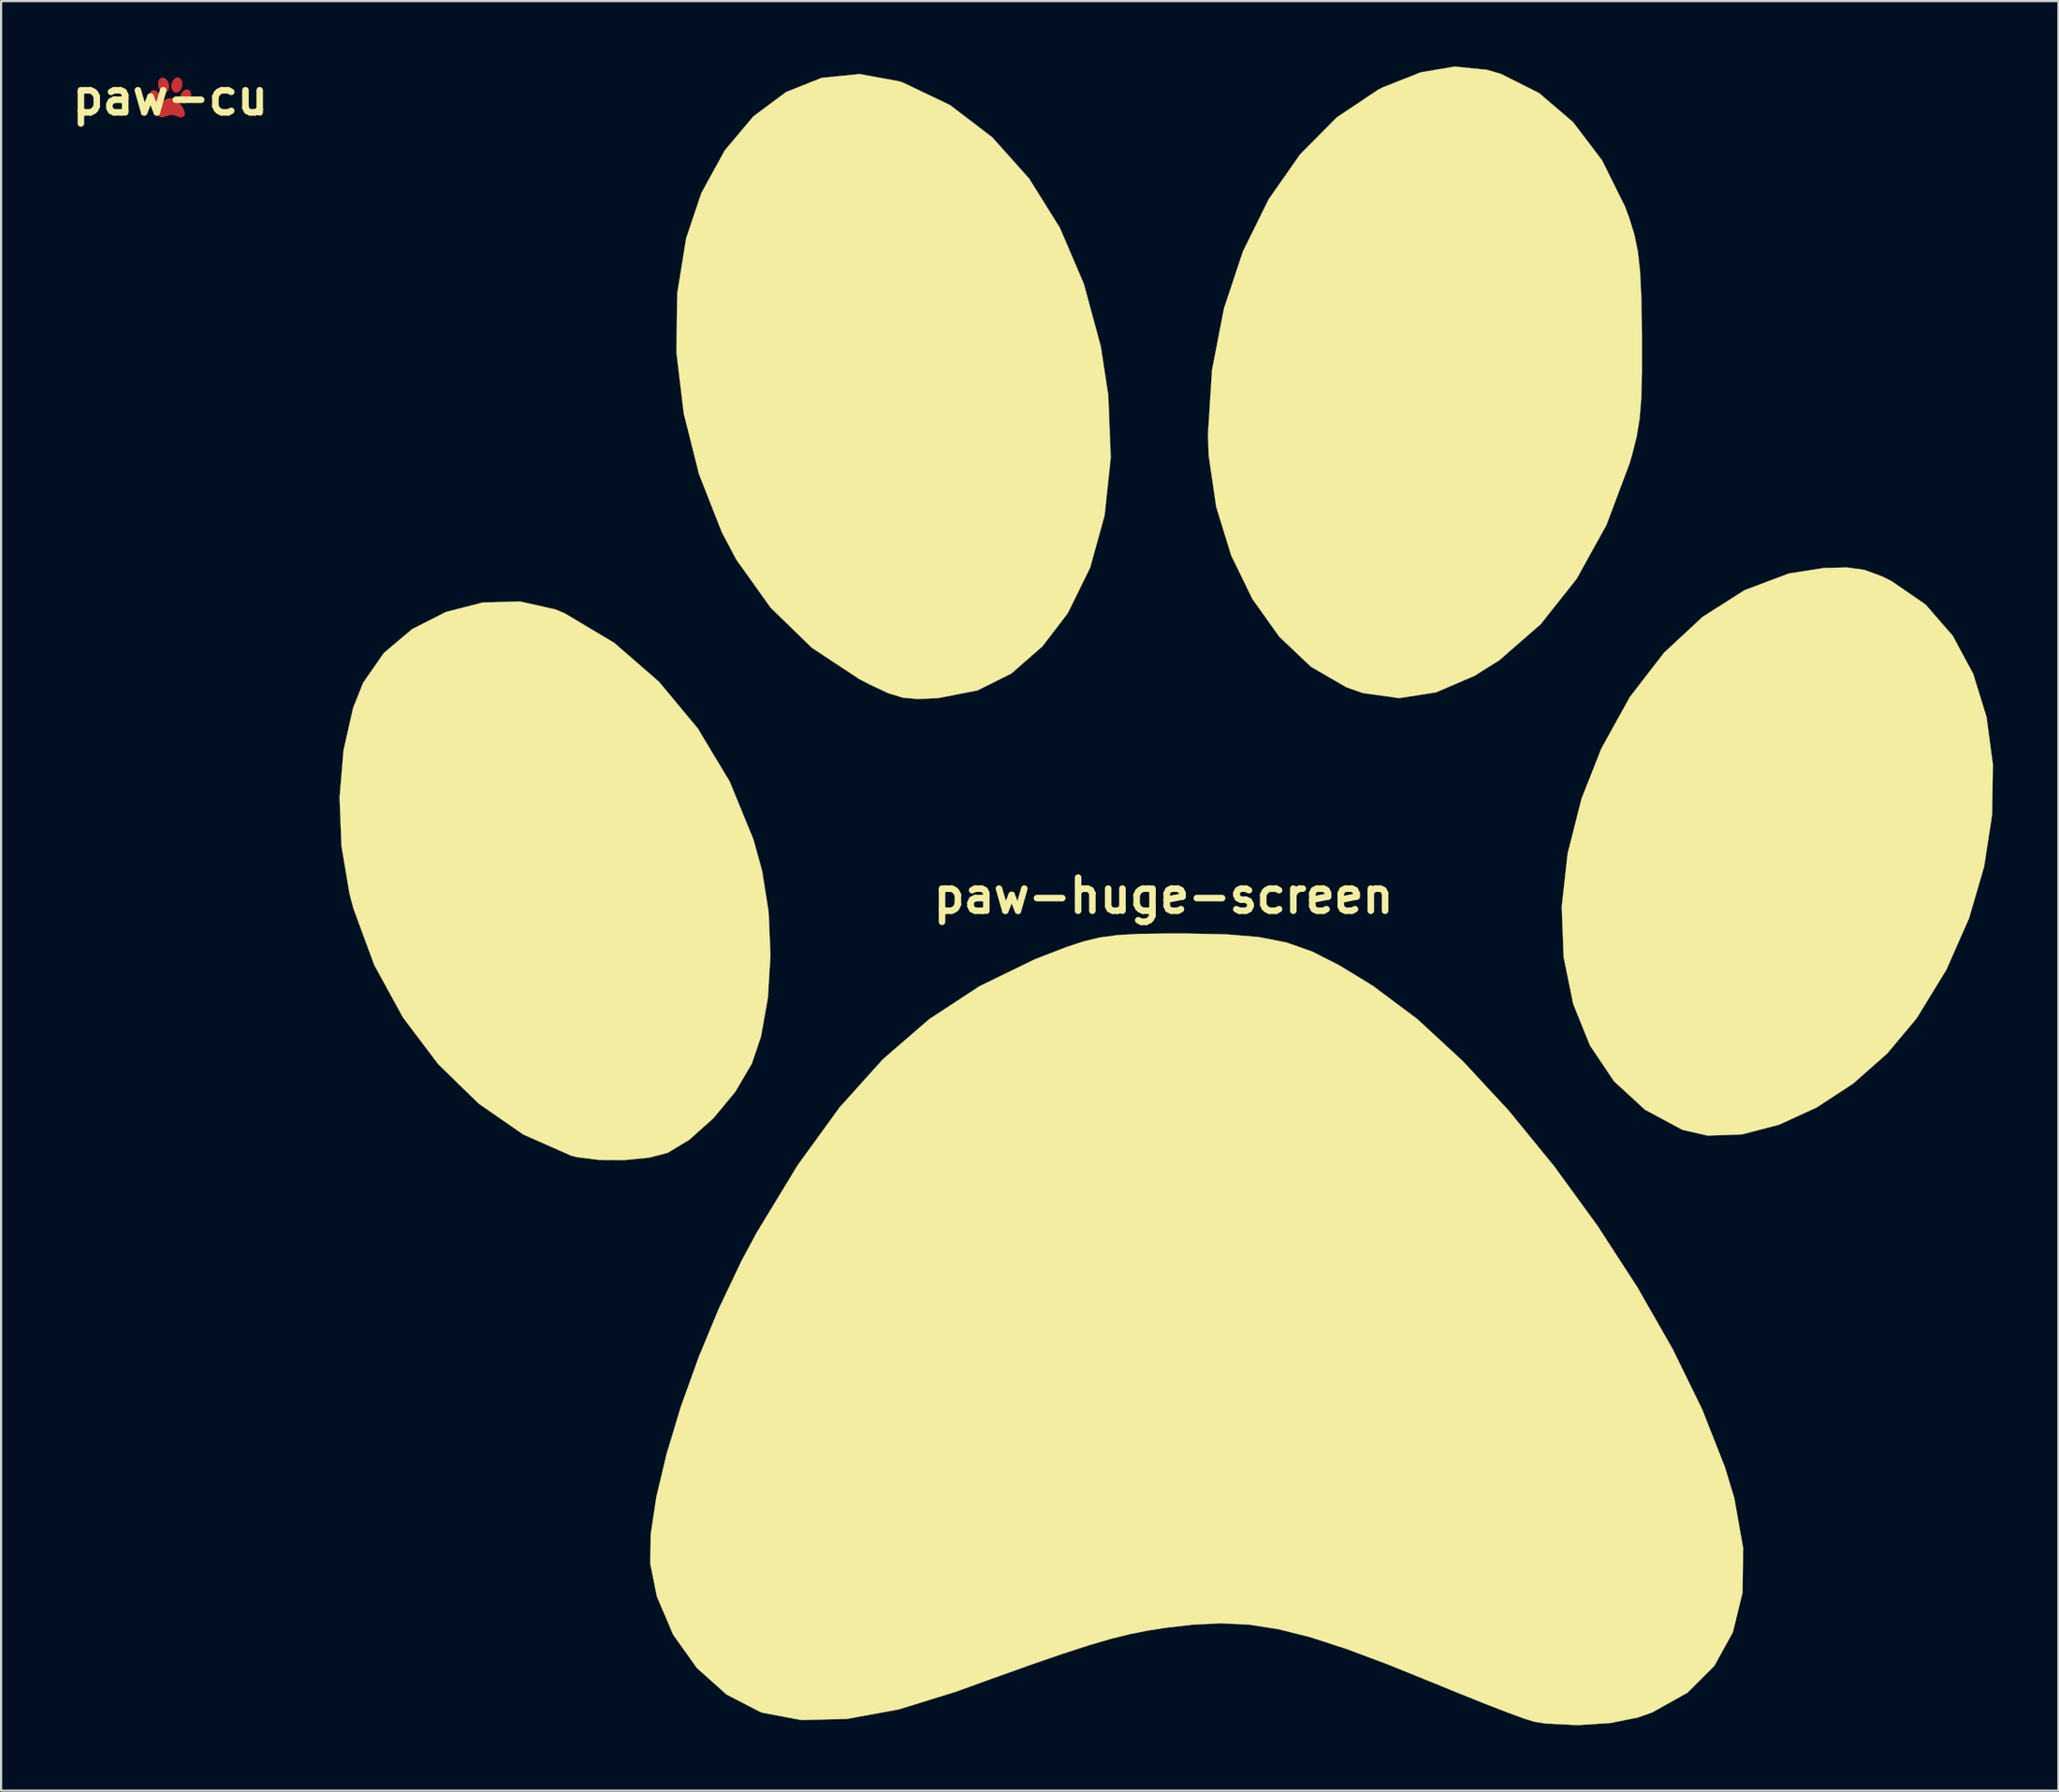
<source format=kicad_pcb>
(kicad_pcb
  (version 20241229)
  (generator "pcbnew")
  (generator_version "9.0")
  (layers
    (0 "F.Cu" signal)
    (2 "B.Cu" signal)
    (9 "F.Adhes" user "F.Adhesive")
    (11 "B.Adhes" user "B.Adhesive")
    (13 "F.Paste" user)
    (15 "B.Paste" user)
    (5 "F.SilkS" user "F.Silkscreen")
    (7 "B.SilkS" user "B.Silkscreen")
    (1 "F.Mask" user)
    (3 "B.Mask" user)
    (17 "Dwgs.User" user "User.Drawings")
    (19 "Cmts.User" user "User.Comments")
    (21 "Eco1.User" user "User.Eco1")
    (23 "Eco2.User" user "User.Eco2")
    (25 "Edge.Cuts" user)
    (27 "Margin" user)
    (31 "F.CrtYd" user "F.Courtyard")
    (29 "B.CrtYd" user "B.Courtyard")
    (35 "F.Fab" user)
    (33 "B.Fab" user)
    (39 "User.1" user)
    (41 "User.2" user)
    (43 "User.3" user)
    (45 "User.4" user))
  (footprint "paw-cu"
    (layer "F.Cu")
    (at 4.761 1.418)
    (property "Reference" "paw-cu" (at 0 0 0) (layer "F.SilkS") (effects (font (size 1.524 1.524) (thickness 0.3))))
    (attr through_hole)
    (fp_poly (pts (xy 0.804 -0.359) (xy 0.823 -0.352) (xy 0.835 -0.347) (xy 0.874 -0.321) (xy 0.905 -0.286) (xy 0.928 -0.244) (xy 0.944 -0.197) (xy 0.951 -0.145) (xy 0.95 -0.089) (xy 0.941 -0.032) (xy 0.923 0.025) (xy 0.898 0.081) (xy 0.864 0.135) (xy 0.83 0.174) (xy 0.791 0.207) (xy 0.749 0.233) (xy 0.706 0.252) (xy 0.663 0.263) (xy 0.624 0.264) (xy 0.595 0.258) (xy 0.552 0.236) (xy 0.517 0.204) (xy 0.489 0.165) (xy 0.47 0.119) (xy 0.459 0.068) (xy 0.457 0.012) (xy 0.463 -0.047) (xy 0.479 -0.107) (xy 0.502 -0.162) (xy 0.535 -0.219) (xy 0.574 -0.268) (xy 0.618 -0.307) (xy 0.666 -0.336) (xy 0.717 -0.355) (xy 0.757 -0.361) (xy 0.784 -0.361) (xy 0.804 -0.359)) (stroke (width 0.01) (type solid)) (fill yes) (layer "F.Cu"))
    (fp_poly (pts (xy -0.303 -0.897) (xy -0.299 -0.895) (xy -0.245 -0.871) (xy -0.196 -0.835) (xy -0.154 -0.79) (xy -0.119 -0.736) (xy -0.091 -0.674) (xy -0.072 -0.605) (xy -0.063 -0.551) (xy -0.061 -0.483) (xy -0.068 -0.419) (xy -0.084 -0.361) (xy -0.11 -0.311) (xy -0.139 -0.275) (xy -0.175 -0.245) (xy -0.213 -0.226) (xy -0.258 -0.218) (xy -0.26 -0.218) (xy -0.282 -0.217) (xy -0.299 -0.218) (xy -0.316 -0.223) (xy -0.337 -0.233) (xy -0.349 -0.239) (xy -0.403 -0.273) (xy -0.451 -0.317) (xy -0.49 -0.37) (xy -0.506 -0.4) (xy -0.533 -0.464) (xy -0.55 -0.531) (xy -0.558 -0.598) (xy -0.558 -0.663) (xy -0.547 -0.724) (xy -0.53 -0.774) (xy -0.503 -0.821) (xy -0.47 -0.858) (xy -0.433 -0.885) (xy -0.392 -0.901) (xy -0.348 -0.905) (xy -0.303 -0.897)) (stroke (width 0.01) (type solid)) (fill yes) (layer "F.Cu"))
    (fp_poly (pts (xy -0.697 -0.315) (xy -0.686 -0.311) (xy -0.63 -0.278) (xy -0.579 -0.236) (xy -0.534 -0.184) (xy -0.497 -0.126) (xy -0.47 -0.062) (xy -0.46 -0.027) (xy -0.453 0.018) (xy -0.451 0.066) (xy -0.454 0.113) (xy -0.462 0.155) (xy -0.472 0.185) (xy -0.491 0.216) (xy -0.516 0.245) (xy -0.544 0.269) (xy -0.569 0.283) (xy -0.59 0.288) (xy -0.618 0.291) (xy -0.648 0.291) (xy -0.673 0.288) (xy -0.679 0.286) (xy -0.734 0.263) (xy -0.785 0.229) (xy -0.832 0.185) (xy -0.872 0.134) (xy -0.905 0.076) (xy -0.929 0.014) (xy -0.933 -0.003) (xy -0.943 -0.055) (xy -0.945 -0.108) (xy -0.94 -0.16) (xy -0.929 -0.207) (xy -0.918 -0.235) (xy -0.894 -0.267) (xy -0.862 -0.294) (xy -0.823 -0.312) (xy -0.781 -0.323) (xy -0.738 -0.324) (xy -0.697 -0.315)) (stroke (width 0.01) (type solid)) (fill yes) (layer "F.Cu"))
    (fp_poly (pts (xy 0.371 -0.909) (xy 0.387 -0.905) (xy 0.431 -0.884) (xy 0.47 -0.852) (xy 0.503 -0.81) (xy 0.529 -0.759) (xy 0.534 -0.746) (xy 0.54 -0.728) (xy 0.544 -0.71) (xy 0.546 -0.688) (xy 0.548 -0.659) (xy 0.548 -0.621) (xy 0.549 -0.616) (xy 0.549 -0.577) (xy 0.548 -0.548) (xy 0.546 -0.525) (xy 0.542 -0.505) (xy 0.537 -0.485) (xy 0.534 -0.476) (xy 0.508 -0.408) (xy 0.474 -0.349) (xy 0.432 -0.299) (xy 0.385 -0.259) (xy 0.357 -0.242) (xy 0.312 -0.224) (xy 0.27 -0.218) (xy 0.229 -0.223) (xy 0.21 -0.23) (xy 0.169 -0.252) (xy 0.133 -0.285) (xy 0.102 -0.327) (xy 0.077 -0.375) (xy 0.06 -0.428) (xy 0.052 -0.485) (xy 0.051 -0.508) (xy 0.056 -0.579) (xy 0.069 -0.647) (xy 0.091 -0.71) (xy 0.121 -0.767) (xy 0.157 -0.817) (xy 0.199 -0.857) (xy 0.246 -0.888) (xy 0.251 -0.89) (xy 0.295 -0.907) (xy 0.334 -0.913) (xy 0.371 -0.909)) (stroke (width 0.01) (type solid)) (fill yes) (layer "F.Cu"))
    (fp_poly (pts (xy 0.025 0.042) (xy 0.072 0.043) (xy 0.109 0.045) (xy 0.141 0.052) (xy 0.17 0.061) (xy 0.201 0.076) (xy 0.236 0.097) (xy 0.241 0.1) (xy 0.291 0.136) (xy 0.343 0.182) (xy 0.396 0.237) (xy 0.448 0.298) (xy 0.497 0.363) (xy 0.543 0.431) (xy 0.584 0.499) (xy 0.618 0.566) (xy 0.644 0.629) (xy 0.654 0.663) (xy 0.665 0.718) (xy 0.664 0.767) (xy 0.653 0.811) (xy 0.632 0.848) (xy 0.601 0.878) (xy 0.56 0.899) (xy 0.544 0.905) (xy 0.512 0.911) (xy 0.475 0.913) (xy 0.438 0.912) (xy 0.426 0.91) (xy 0.414 0.906) (xy 0.394 0.899) (xy 0.366 0.889) (xy 0.335 0.877) (xy 0.318 0.87) (xy 0.259 0.847) (xy 0.21 0.829) (xy 0.168 0.816) (xy 0.131 0.808) (xy 0.098 0.803) (xy 0.066 0.801) (xy 0.033 0.803) (xy 0.003 0.806) (xy -0.018 0.809) (xy -0.038 0.813) (xy -0.06 0.818) (xy -0.085 0.825) (xy -0.115 0.835) (xy -0.153 0.847) (xy -0.199 0.863) (xy -0.238 0.877) (xy -0.304 0.896) (xy -0.363 0.907) (xy -0.415 0.908) (xy -0.46 0.9) (xy -0.462 0.899) (xy -0.501 0.88) (xy -0.535 0.85) (xy -0.562 0.814) (xy -0.581 0.772) (xy -0.588 0.736) (xy -0.588 0.703) (xy -0.582 0.662) (xy -0.57 0.615) (xy -0.553 0.563) (xy -0.533 0.509) (xy -0.51 0.454) (xy -0.484 0.402) (xy -0.467 0.371) (xy -0.419 0.296) (xy -0.372 0.233) (xy -0.322 0.18) (xy -0.269 0.136) (xy -0.211 0.1) (xy -0.147 0.07) (xy -0.111 0.056) (xy -0.092 0.05) (xy -0.073 0.046) (xy -0.053 0.043) (xy -0.029 0.042) (xy 0.004 0.042) (xy 0.025 0.042)) (stroke (width 0.01) (type solid)) (fill yes) (layer "F.Cu"))
    (fp_poly (pts (xy 0.804 -0.359) (xy 0.823 -0.352) (xy 0.835 -0.347) (xy 0.874 -0.321) (xy 0.905 -0.286) (xy 0.928 -0.244) (xy 0.944 -0.197) (xy 0.951 -0.145) (xy 0.95 -0.089) (xy 0.941 -0.032) (xy 0.923 0.025) (xy 0.898 0.081) (xy 0.864 0.135) (xy 0.83 0.174) (xy 0.791 0.207) (xy 0.749 0.233) (xy 0.706 0.252) (xy 0.663 0.263) (xy 0.624 0.264) (xy 0.595 0.258) (xy 0.552 0.236) (xy 0.517 0.204) (xy 0.489 0.165) (xy 0.47 0.119) (xy 0.459 0.068) (xy 0.457 0.012) (xy 0.463 -0.047) (xy 0.479 -0.107) (xy 0.502 -0.162) (xy 0.535 -0.219) (xy 0.574 -0.268) (xy 0.618 -0.307) (xy 0.666 -0.336) (xy 0.717 -0.355) (xy 0.757 -0.361) (xy 0.784 -0.361) (xy 0.804 -0.359)) (stroke (width 0.01) (type solid)) (fill yes) (layer "F.Mask"))
    (fp_poly (pts (xy -0.303 -0.897) (xy -0.299 -0.895) (xy -0.245 -0.871) (xy -0.196 -0.835) (xy -0.154 -0.79) (xy -0.119 -0.736) (xy -0.091 -0.674) (xy -0.072 -0.605) (xy -0.063 -0.551) (xy -0.061 -0.483) (xy -0.068 -0.419) (xy -0.084 -0.361) (xy -0.11 -0.311) (xy -0.139 -0.275) (xy -0.175 -0.245) (xy -0.213 -0.226) (xy -0.258 -0.218) (xy -0.26 -0.218) (xy -0.282 -0.217) (xy -0.299 -0.218) (xy -0.316 -0.223) (xy -0.337 -0.233) (xy -0.349 -0.239) (xy -0.403 -0.273) (xy -0.451 -0.317) (xy -0.49 -0.37) (xy -0.506 -0.4) (xy -0.533 -0.464) (xy -0.55 -0.531) (xy -0.558 -0.598) (xy -0.558 -0.663) (xy -0.547 -0.724) (xy -0.53 -0.774) (xy -0.503 -0.821) (xy -0.47 -0.858) (xy -0.433 -0.885) (xy -0.392 -0.901) (xy -0.348 -0.905) (xy -0.303 -0.897)) (stroke (width 0.01) (type solid)) (fill yes) (layer "F.Mask"))
    (fp_poly (pts (xy -0.697 -0.315) (xy -0.686 -0.311) (xy -0.63 -0.278) (xy -0.579 -0.236) (xy -0.534 -0.184) (xy -0.497 -0.126) (xy -0.47 -0.062) (xy -0.46 -0.027) (xy -0.453 0.018) (xy -0.451 0.066) (xy -0.454 0.113) (xy -0.462 0.155) (xy -0.472 0.185) (xy -0.491 0.216) (xy -0.516 0.245) (xy -0.544 0.269) (xy -0.569 0.283) (xy -0.59 0.288) (xy -0.618 0.291) (xy -0.648 0.291) (xy -0.673 0.288) (xy -0.679 0.286) (xy -0.734 0.263) (xy -0.785 0.229) (xy -0.832 0.185) (xy -0.872 0.134) (xy -0.905 0.076) (xy -0.929 0.014) (xy -0.933 -0.003) (xy -0.943 -0.055) (xy -0.945 -0.108) (xy -0.94 -0.16) (xy -0.929 -0.207) (xy -0.918 -0.235) (xy -0.894 -0.267) (xy -0.862 -0.294) (xy -0.823 -0.312) (xy -0.781 -0.323) (xy -0.738 -0.324) (xy -0.697 -0.315)) (stroke (width 0.01) (type solid)) (fill yes) (layer "F.Mask"))
    (fp_poly (pts (xy 0.371 -0.909) (xy 0.387 -0.905) (xy 0.431 -0.884) (xy 0.47 -0.852) (xy 0.503 -0.81) (xy 0.529 -0.759) (xy 0.534 -0.746) (xy 0.54 -0.728) (xy 0.544 -0.71) (xy 0.546 -0.688) (xy 0.548 -0.659) (xy 0.548 -0.621) (xy 0.549 -0.616) (xy 0.549 -0.577) (xy 0.548 -0.548) (xy 0.546 -0.525) (xy 0.542 -0.505) (xy 0.537 -0.485) (xy 0.534 -0.476) (xy 0.508 -0.408) (xy 0.474 -0.349) (xy 0.432 -0.299) (xy 0.385 -0.259) (xy 0.357 -0.242) (xy 0.312 -0.224) (xy 0.27 -0.218) (xy 0.229 -0.223) (xy 0.21 -0.23) (xy 0.169 -0.252) (xy 0.133 -0.285) (xy 0.102 -0.327) (xy 0.077 -0.375) (xy 0.06 -0.428) (xy 0.052 -0.485) (xy 0.051 -0.508) (xy 0.056 -0.579) (xy 0.069 -0.647) (xy 0.091 -0.71) (xy 0.121 -0.767) (xy 0.157 -0.817) (xy 0.199 -0.857) (xy 0.246 -0.888) (xy 0.251 -0.89) (xy 0.295 -0.907) (xy 0.334 -0.913) (xy 0.371 -0.909)) (stroke (width 0.01) (type solid)) (fill yes) (layer "F.Mask"))
    (fp_poly (pts (xy 0.025 0.042) (xy 0.072 0.043) (xy 0.109 0.045) (xy 0.141 0.052) (xy 0.17 0.061) (xy 0.201 0.076) (xy 0.236 0.097) (xy 0.241 0.1) (xy 0.291 0.136) (xy 0.343 0.182) (xy 0.396 0.237) (xy 0.448 0.298) (xy 0.497 0.363) (xy 0.543 0.431) (xy 0.584 0.499) (xy 0.618 0.566) (xy 0.644 0.629) (xy 0.654 0.663) (xy 0.665 0.718) (xy 0.664 0.767) (xy 0.653 0.811) (xy 0.632 0.848) (xy 0.601 0.878) (xy 0.56 0.899) (xy 0.544 0.905) (xy 0.512 0.911) (xy 0.475 0.913) (xy 0.438 0.912) (xy 0.426 0.91) (xy 0.414 0.906) (xy 0.394 0.899) (xy 0.366 0.889) (xy 0.335 0.877) (xy 0.318 0.87) (xy 0.259 0.847) (xy 0.21 0.829) (xy 0.168 0.816) (xy 0.131 0.808) (xy 0.098 0.803) (xy 0.066 0.801) (xy 0.033 0.803) (xy 0.003 0.806) (xy -0.018 0.809) (xy -0.038 0.813) (xy -0.06 0.818) (xy -0.085 0.825) (xy -0.115 0.835) (xy -0.153 0.847) (xy -0.199 0.863) (xy -0.238 0.877) (xy -0.304 0.896) (xy -0.363 0.907) (xy -0.415 0.908) (xy -0.46 0.9) (xy -0.462 0.899) (xy -0.501 0.88) (xy -0.535 0.85) (xy -0.562 0.814) (xy -0.581 0.772) (xy -0.588 0.736) (xy -0.588 0.703) (xy -0.582 0.662) (xy -0.57 0.615) (xy -0.553 0.563) (xy -0.533 0.509) (xy -0.51 0.454) (xy -0.484 0.402) (xy -0.467 0.371) (xy -0.419 0.296) (xy -0.372 0.233) (xy -0.322 0.18) (xy -0.269 0.136) (xy -0.211 0.1) (xy -0.147 0.07) (xy -0.111 0.056) (xy -0.092 0.05) (xy -0.073 0.046) (xy -0.053 0.043) (xy -0.029 0.042) (xy 0.004 0.042) (xy 0.025 0.042)) (stroke (width 0.01) (type solid)) (fill yes) (layer "F.Mask")))
  (footprint "paw-huge-screen"
    (layer "F.Cu")
    (at 50.317 38.051)
    (property "Reference" "paw-huge-screen" (at 0 0 0) (layer "F.SilkS") (effects (font (size 1.524 1.524) (thickness 0.3))))
    (attr through_hole)
    (fp_poly (pts (xy 32.145 -14.952) (xy 32.938 -14.658) (xy 33.386 -14.439) (xy 34.949 -13.363) (xy 36.199 -11.926) (xy 37.133 -10.185) (xy 37.747 -8.198) (xy 38.038 -6.023) (xy 38.003 -3.719) (xy 37.637 -1.342) (xy 36.939 1.048) (xy 35.905 3.395) (xy 34.543 5.621) (xy 33.196 7.234) (xy 31.64 8.611) (xy 29.957 9.715) (xy 28.227 10.508) (xy 26.529 10.951) (xy 24.943 11.006) (xy 23.8 10.742) (xy 22.079 9.818) (xy 20.662 8.513) (xy 19.562 6.878) (xy 18.788 4.964) (xy 18.351 2.822) (xy 18.263 0.504) (xy 18.534 -1.941) (xy 19.175 -4.462) (xy 20.075 -6.747) (xy 21.387 -9.118) (xy 22.951 -11.146) (xy 24.719 -12.793) (xy 26.644 -14.019) (xy 28.677 -14.785) (xy 30.292 -15.038) (xy 31.345 -15.062) (xy 32.145 -14.952)) (stroke (width 0.01) (type solid)) (fill yes) (layer "F.SilkS"))
    (fp_poly (pts (xy -12.13 -37.371) (xy -11.953 -37.312) (xy -9.793 -36.28) (xy -7.857 -34.801) (xy -6.171 -32.915) (xy -4.762 -30.661) (xy -3.656 -28.078) (xy -2.879 -25.208) (xy -2.536 -22.967) (xy -2.422 -20.112) (xy -2.702 -17.461) (xy -3.364 -15.062) (xy -4.394 -12.962) (xy -5.555 -11.444) (xy -6.984 -10.194) (xy -8.536 -9.421) (xy -10.321 -9.072) (xy -10.414 -9.065) (xy -11.284 -9.027) (xy -11.965 -9.09) (xy -12.64 -9.3) (xy -13.494 -9.702) (xy -13.959 -9.944) (xy -16.125 -11.373) (xy -18.025 -13.222) (xy -19.597 -15.426) (xy -20.255 -16.669) (xy -21.309 -19.35) (xy -22.006 -22.132) (xy -22.34 -24.924) (xy -22.305 -27.634) (xy -21.896 -30.171) (xy -21.2 -32.241) (xy -20.121 -34.207) (xy -18.814 -35.759) (xy -17.321 -36.874) (xy -15.682 -37.529) (xy -13.938 -37.702) (xy -12.13 -37.371)) (stroke (width 0.01) (type solid)) (fill yes) (layer "F.SilkS"))
    (fp_poly (pts (xy -27.883 -13.134) (xy -27.458 -12.954) (xy -25.195 -11.603) (xy -23.144 -9.82) (xy -21.361 -7.675) (xy -19.899 -5.24) (xy -18.811 -2.583) (xy -18.41 -1.128) (xy -18.114 0.739) (xy -18.029 2.732) (xy -18.148 4.69) (xy -18.461 6.453) (xy -18.887 7.711) (xy -19.639 8.991) (xy -20.646 10.208) (xy -21.765 11.208) (xy -22.74 11.794) (xy -23.589 12.017) (xy -24.717 12.129) (xy -25.903 12.122) (xy -26.928 11.99) (xy -27.178 11.923) (xy -29.363 10.959) (xy -31.413 9.537) (xy -33.272 7.724) (xy -34.886 5.583) (xy -36.2 3.182) (xy -37.158 0.583) (xy -37.34 -0.108) (xy -37.704 -2.278) (xy -37.791 -4.514) (xy -37.611 -6.673) (xy -37.173 -8.611) (xy -36.71 -9.775) (xy -35.759 -11.143) (xy -34.46 -12.237) (xy -32.918 -13.019) (xy -31.238 -13.453) (xy -29.524 -13.503) (xy -27.883 -13.134)) (stroke (width 0.01) (type solid)) (fill yes) (layer "F.SilkS"))
    (fp_poly (pts (xy 14.841 -37.896) (xy 15.471 -37.711) (xy 17.226 -36.83) (xy 18.787 -35.492) (xy 20.113 -33.743) (xy 21.161 -31.631) (xy 21.369 -31.067) (xy 21.596 -30.328) (xy 21.753 -29.563) (xy 21.855 -28.648) (xy 21.912 -27.464) (xy 21.94 -25.886) (xy 21.942 -25.665) (xy 21.943 -24.056) (xy 21.912 -22.841) (xy 21.834 -21.887) (xy 21.696 -21.057) (xy 21.486 -20.219) (xy 21.376 -19.844) (xy 20.317 -17.019) (xy 18.95 -14.547) (xy 17.3 -12.462) (xy 15.394 -10.801) (xy 14.267 -10.093) (xy 12.493 -9.331) (xy 10.808 -9.068) (xy 9.147 -9.299) (xy 8.385 -9.565) (xy 6.763 -10.505) (xy 5.313 -11.88) (xy 4.077 -13.613) (xy 3.097 -15.629) (xy 2.414 -17.85) (xy 2.071 -20.2) (xy 2.038 -21.167) (xy 2.224 -24.122) (xy 2.77 -26.945) (xy 3.645 -29.575) (xy 4.82 -31.954) (xy 6.265 -34.021) (xy 7.948 -35.718) (xy 9.842 -36.984) (xy 10.056 -37.092) (xy 11.794 -37.782) (xy 13.354 -38.046) (xy 14.841 -37.896)) (stroke (width 0.01) (type solid)) (fill yes) (layer "F.SilkS"))
    (fp_poly (pts (xy 1.016 1.733) (xy 2.878 1.771) (xy 4.373 1.896) (xy 5.639 2.146) (xy 6.815 2.561) (xy 8.039 3.18) (xy 9.45 4.041) (xy 9.634 4.159) (xy 11.64 5.66) (xy 13.727 7.589) (xy 15.836 9.865) (xy 17.91 12.405) (xy 19.892 15.128) (xy 21.725 17.953) (xy 23.35 20.798) (xy 24.71 23.581) (xy 25.749 26.221) (xy 26.178 27.645) (xy 26.582 29.918) (xy 26.556 31.976) (xy 26.113 33.791) (xy 25.267 35.331) (xy 24.031 36.568) (xy 22.417 37.471) (xy 21.756 37.706) (xy 20.487 37.961) (xy 18.993 38.058) (xy 17.537 37.985) (xy 17.021 37.905) (xy 16.571 37.767) (xy 15.749 37.466) (xy 14.655 37.042) (xy 13.386 36.532) (xy 12.703 36.251) (xy 10.359 35.3) (xy 8.39 34.561) (xy 6.715 34.017) (xy 5.253 33.652) (xy 3.92 33.447) (xy 2.635 33.385) (xy 1.317 33.449) (xy 0.125 33.587) (xy -0.706 33.716) (xy -1.523 33.877) (xy -2.399 34.093) (xy -3.406 34.387) (xy -4.619 34.78) (xy -6.11 35.295) (xy -7.952 35.953) (xy -9.525 36.525) (xy -12.153 37.338) (xy -14.526 37.772) (xy -16.616 37.823) (xy -18.392 37.489) (xy -18.485 37.458) (xy -20.044 36.653) (xy -21.406 35.434) (xy -22.496 33.9) (xy -23.241 32.152) (xy -23.539 30.656) (xy -23.522 29.304) (xy -23.264 27.592) (xy -22.793 25.61) (xy -22.139 23.446) (xy -21.329 21.19) (xy -20.392 18.93) (xy -19.357 16.756) (xy -18.666 15.466) (xy -16.775 12.353) (xy -14.862 9.716) (xy -12.874 7.504) (xy -10.753 5.667) (xy -8.445 4.153) (xy -5.893 2.91) (xy -4.445 2.352) (xy -3.664 2.095) (xy -2.937 1.919) (xy -2.139 1.809) (xy -1.147 1.751) (xy 0.164 1.733) (xy 1.016 1.733)) (stroke (width 0.01) (type solid)) (fill yes) (layer "F.SilkS")))
  (gr_rect
    (start -3 -3)
    (end 91.36 79.114)
    (stroke (width 0.1) (type default))
    (fill no)
    (layer "Edge.Cuts")))
</source>
